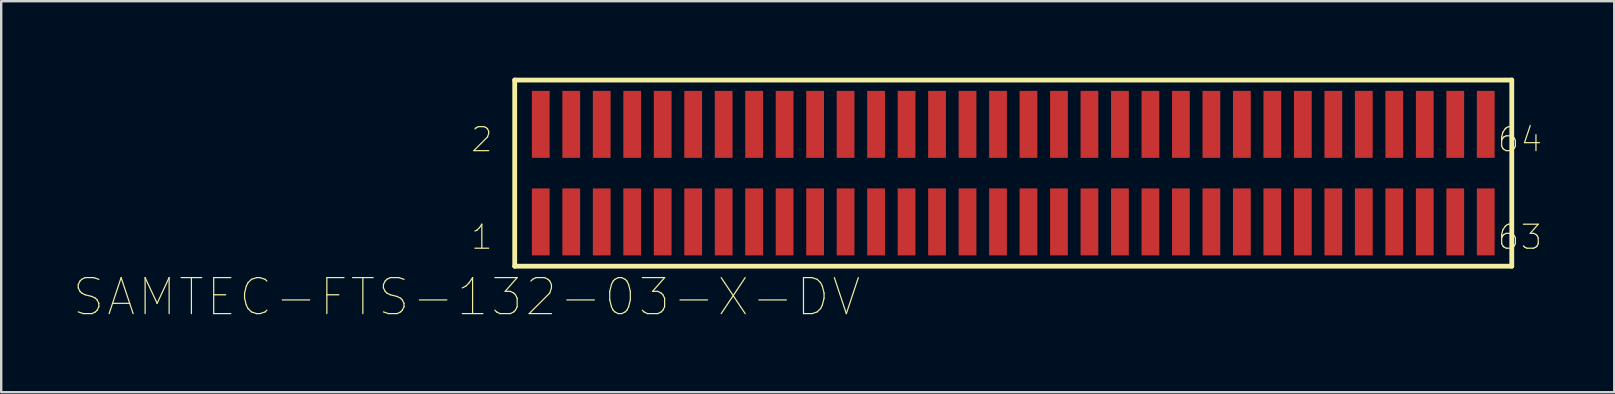
<source format=kicad_pcb>
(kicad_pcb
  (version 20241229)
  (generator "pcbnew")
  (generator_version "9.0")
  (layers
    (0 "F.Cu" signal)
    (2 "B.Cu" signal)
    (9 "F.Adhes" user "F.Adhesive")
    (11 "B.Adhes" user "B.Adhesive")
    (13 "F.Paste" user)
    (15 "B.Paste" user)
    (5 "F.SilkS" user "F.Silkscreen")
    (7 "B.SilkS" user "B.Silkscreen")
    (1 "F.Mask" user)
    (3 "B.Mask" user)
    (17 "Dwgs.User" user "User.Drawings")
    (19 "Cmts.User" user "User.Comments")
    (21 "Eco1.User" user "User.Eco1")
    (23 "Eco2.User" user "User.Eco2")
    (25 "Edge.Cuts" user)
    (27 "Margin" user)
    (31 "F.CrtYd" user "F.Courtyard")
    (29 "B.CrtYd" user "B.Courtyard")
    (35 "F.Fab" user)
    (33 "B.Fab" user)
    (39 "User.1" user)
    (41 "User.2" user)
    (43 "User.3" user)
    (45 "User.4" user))
  (footprint "SAMTEC-FTS-132-03-X-DV"
    (layer "F.Cu")
    (at 39.164 4.163)
    (property "Reference" "SAMTEC-FTS-132-03-X-DV" (at -22.775 5.162 0) (layer "F.SilkS") (effects (font (size 1.5 1.5) (thickness 0.05))))
    (attr smd)
    (fp_poly (pts (xy -20.106 -3.478) (xy -19.264 -3.478) (xy -19.264 -0.586) (xy -20.106 -0.586)) (stroke (width 0) (type solid)) (fill yes) (layer "F.Mask"))
    (fp_poly (pts (xy -20.106 0.586) (xy -19.264 0.586) (xy -19.264 3.478) (xy -20.106 3.478)) (stroke (width 0) (type solid)) (fill yes) (layer "F.Mask"))
    (fp_poly (pts (xy -18.836 -3.478) (xy -17.994 -3.478) (xy -17.994 -0.586) (xy -18.836 -0.586)) (stroke (width 0) (type solid)) (fill yes) (layer "F.Mask"))
    (fp_poly (pts (xy -18.836 0.586) (xy -17.994 0.586) (xy -17.994 3.478) (xy -18.836 3.478)) (stroke (width 0) (type solid)) (fill yes) (layer "F.Mask"))
    (fp_poly (pts (xy -17.566 -3.478) (xy -16.724 -3.478) (xy -16.724 -0.586) (xy -17.566 -0.586)) (stroke (width 0) (type solid)) (fill yes) (layer "F.Mask"))
    (fp_poly (pts (xy -17.566 0.586) (xy -16.724 0.586) (xy -16.724 3.478) (xy -17.566 3.478)) (stroke (width 0) (type solid)) (fill yes) (layer "F.Mask"))
    (fp_poly (pts (xy -16.296 -3.478) (xy -15.454 -3.478) (xy -15.454 -0.586) (xy -16.296 -0.586)) (stroke (width 0) (type solid)) (fill yes) (layer "F.Mask"))
    (fp_poly (pts (xy -16.296 0.586) (xy -15.454 0.586) (xy -15.454 3.478) (xy -16.296 3.478)) (stroke (width 0) (type solid)) (fill yes) (layer "F.Mask"))
    (fp_poly (pts (xy -15.026 -3.478) (xy -14.184 -3.478) (xy -14.184 -0.586) (xy -15.026 -0.586)) (stroke (width 0) (type solid)) (fill yes) (layer "F.Mask"))
    (fp_poly (pts (xy -15.026 0.586) (xy -14.184 0.586) (xy -14.184 3.478) (xy -15.026 3.478)) (stroke (width 0) (type solid)) (fill yes) (layer "F.Mask"))
    (fp_poly (pts (xy -13.756 -3.478) (xy -12.914 -3.478) (xy -12.914 -0.586) (xy -13.756 -0.586)) (stroke (width 0) (type solid)) (fill yes) (layer "F.Mask"))
    (fp_poly (pts (xy -13.756 0.586) (xy -12.914 0.586) (xy -12.914 3.478) (xy -13.756 3.478)) (stroke (width 0) (type solid)) (fill yes) (layer "F.Mask"))
    (fp_poly (pts (xy -12.486 -3.478) (xy -11.644 -3.478) (xy -11.644 -0.586) (xy -12.486 -0.586)) (stroke (width 0) (type solid)) (fill yes) (layer "F.Mask"))
    (fp_poly (pts (xy -12.486 0.586) (xy -11.644 0.586) (xy -11.644 3.478) (xy -12.486 3.478)) (stroke (width 0) (type solid)) (fill yes) (layer "F.Mask"))
    (fp_poly (pts (xy -11.216 -3.478) (xy -10.374 -3.478) (xy -10.374 -0.586) (xy -11.216 -0.586)) (stroke (width 0) (type solid)) (fill yes) (layer "F.Mask"))
    (fp_poly (pts (xy -11.216 0.586) (xy -10.374 0.586) (xy -10.374 3.478) (xy -11.216 3.478)) (stroke (width 0) (type solid)) (fill yes) (layer "F.Mask"))
    (fp_poly (pts (xy -9.946 -3.478) (xy -9.104 -3.478) (xy -9.104 -0.586) (xy -9.946 -0.586)) (stroke (width 0) (type solid)) (fill yes) (layer "F.Mask"))
    (fp_poly (pts (xy -9.946 0.586) (xy -9.104 0.586) (xy -9.104 3.478) (xy -9.946 3.478)) (stroke (width 0) (type solid)) (fill yes) (layer "F.Mask"))
    (fp_poly (pts (xy -8.676 -3.478) (xy -7.834 -3.478) (xy -7.834 -0.586) (xy -8.676 -0.586)) (stroke (width 0) (type solid)) (fill yes) (layer "F.Mask"))
    (fp_poly (pts (xy -8.676 0.586) (xy -7.834 0.586) (xy -7.834 3.478) (xy -8.676 3.478)) (stroke (width 0) (type solid)) (fill yes) (layer "F.Mask"))
    (fp_poly (pts (xy -7.406 -3.478) (xy -6.564 -3.478) (xy -6.564 -0.586) (xy -7.406 -0.586)) (stroke (width 0) (type solid)) (fill yes) (layer "F.Mask"))
    (fp_poly (pts (xy -7.406 0.586) (xy -6.564 0.586) (xy -6.564 3.478) (xy -7.406 3.478)) (stroke (width 0) (type solid)) (fill yes) (layer "F.Mask"))
    (fp_poly (pts (xy -6.136 -3.478) (xy -5.294 -3.478) (xy -5.294 -0.586) (xy -6.136 -0.586)) (stroke (width 0) (type solid)) (fill yes) (layer "F.Mask"))
    (fp_poly (pts (xy -6.136 0.586) (xy -5.294 0.586) (xy -5.294 3.478) (xy -6.136 3.478)) (stroke (width 0) (type solid)) (fill yes) (layer "F.Mask"))
    (fp_poly (pts (xy -4.866 -3.478) (xy -4.024 -3.478) (xy -4.024 -0.586) (xy -4.866 -0.586)) (stroke (width 0) (type solid)) (fill yes) (layer "F.Mask"))
    (fp_poly (pts (xy -4.866 0.586) (xy -4.024 0.586) (xy -4.024 3.478) (xy -4.866 3.478)) (stroke (width 0) (type solid)) (fill yes) (layer "F.Mask"))
    (fp_poly (pts (xy -3.596 -3.478) (xy -2.754 -3.478) (xy -2.754 -0.586) (xy -3.596 -0.586)) (stroke (width 0) (type solid)) (fill yes) (layer "F.Mask"))
    (fp_poly (pts (xy -3.596 0.586) (xy -2.754 0.586) (xy -2.754 3.478) (xy -3.596 3.478)) (stroke (width 0) (type solid)) (fill yes) (layer "F.Mask"))
    (fp_poly (pts (xy -2.326 -3.478) (xy -1.484 -3.478) (xy -1.484 -0.586) (xy -2.326 -0.586)) (stroke (width 0) (type solid)) (fill yes) (layer "F.Mask"))
    (fp_poly (pts (xy -2.326 0.586) (xy -1.484 0.586) (xy -1.484 3.478) (xy -2.326 3.478)) (stroke (width 0) (type solid)) (fill yes) (layer "F.Mask"))
    (fp_poly (pts (xy -1.056 -3.478) (xy -0.214 -3.478) (xy -0.214 -0.586) (xy -1.056 -0.586)) (stroke (width 0) (type solid)) (fill yes) (layer "F.Mask"))
    (fp_poly (pts (xy -1.056 0.586) (xy -0.214 0.586) (xy -0.214 3.478) (xy -1.056 3.478)) (stroke (width 0) (type solid)) (fill yes) (layer "F.Mask"))
    (fp_poly (pts (xy 0.214 -3.478) (xy 1.056 -3.478) (xy 1.056 -0.586) (xy 0.214 -0.586)) (stroke (width 0) (type solid)) (fill yes) (layer "F.Mask"))
    (fp_poly (pts (xy 0.214 0.586) (xy 1.056 0.586) (xy 1.056 3.478) (xy 0.214 3.478)) (stroke (width 0) (type solid)) (fill yes) (layer "F.Mask"))
    (fp_poly (pts (xy 1.484 -3.478) (xy 2.326 -3.478) (xy 2.326 -0.586) (xy 1.484 -0.586)) (stroke (width 0) (type solid)) (fill yes) (layer "F.Mask"))
    (fp_poly (pts (xy 1.484 0.586) (xy 2.326 0.586) (xy 2.326 3.478) (xy 1.484 3.478)) (stroke (width 0) (type solid)) (fill yes) (layer "F.Mask"))
    (fp_poly (pts (xy 2.754 -3.478) (xy 3.596 -3.478) (xy 3.596 -0.586) (xy 2.754 -0.586)) (stroke (width 0) (type solid)) (fill yes) (layer "F.Mask"))
    (fp_poly (pts (xy 2.754 0.586) (xy 3.596 0.586) (xy 3.596 3.478) (xy 2.754 3.478)) (stroke (width 0) (type solid)) (fill yes) (layer "F.Mask"))
    (fp_poly (pts (xy 4.024 -3.478) (xy 4.866 -3.478) (xy 4.866 -0.586) (xy 4.024 -0.586)) (stroke (width 0) (type solid)) (fill yes) (layer "F.Mask"))
    (fp_poly (pts (xy 4.024 0.586) (xy 4.866 0.586) (xy 4.866 3.478) (xy 4.024 3.478)) (stroke (width 0) (type solid)) (fill yes) (layer "F.Mask"))
    (fp_poly (pts (xy 5.294 -3.478) (xy 6.136 -3.478) (xy 6.136 -0.586) (xy 5.294 -0.586)) (stroke (width 0) (type solid)) (fill yes) (layer "F.Mask"))
    (fp_poly (pts (xy 5.294 0.586) (xy 6.136 0.586) (xy 6.136 3.478) (xy 5.294 3.478)) (stroke (width 0) (type solid)) (fill yes) (layer "F.Mask"))
    (fp_poly (pts (xy 6.564 -3.478) (xy 7.406 -3.478) (xy 7.406 -0.586) (xy 6.564 -0.586)) (stroke (width 0) (type solid)) (fill yes) (layer "F.Mask"))
    (fp_poly (pts (xy 6.564 0.586) (xy 7.406 0.586) (xy 7.406 3.478) (xy 6.564 3.478)) (stroke (width 0) (type solid)) (fill yes) (layer "F.Mask"))
    (fp_poly (pts (xy 7.834 -3.478) (xy 8.676 -3.478) (xy 8.676 -0.586) (xy 7.834 -0.586)) (stroke (width 0) (type solid)) (fill yes) (layer "F.Mask"))
    (fp_poly (pts (xy 7.834 0.586) (xy 8.676 0.586) (xy 8.676 3.478) (xy 7.834 3.478)) (stroke (width 0) (type solid)) (fill yes) (layer "F.Mask"))
    (fp_poly (pts (xy 9.104 -3.478) (xy 9.946 -3.478) (xy 9.946 -0.586) (xy 9.104 -0.586)) (stroke (width 0) (type solid)) (fill yes) (layer "F.Mask"))
    (fp_poly (pts (xy 9.104 0.586) (xy 9.946 0.586) (xy 9.946 3.478) (xy 9.104 3.478)) (stroke (width 0) (type solid)) (fill yes) (layer "F.Mask"))
    (fp_poly (pts (xy 10.374 -3.478) (xy 11.216 -3.478) (xy 11.216 -0.586) (xy 10.374 -0.586)) (stroke (width 0) (type solid)) (fill yes) (layer "F.Mask"))
    (fp_poly (pts (xy 10.374 0.586) (xy 11.216 0.586) (xy 11.216 3.478) (xy 10.374 3.478)) (stroke (width 0) (type solid)) (fill yes) (layer "F.Mask"))
    (fp_poly (pts (xy 11.644 -3.478) (xy 12.486 -3.478) (xy 12.486 -0.586) (xy 11.644 -0.586)) (stroke (width 0) (type solid)) (fill yes) (layer "F.Mask"))
    (fp_poly (pts (xy 11.644 0.586) (xy 12.486 0.586) (xy 12.486 3.478) (xy 11.644 3.478)) (stroke (width 0) (type solid)) (fill yes) (layer "F.Mask"))
    (fp_poly (pts (xy 12.914 -3.478) (xy 13.756 -3.478) (xy 13.756 -0.586) (xy 12.914 -0.586)) (stroke (width 0) (type solid)) (fill yes) (layer "F.Mask"))
    (fp_poly (pts (xy 12.914 0.586) (xy 13.756 0.586) (xy 13.756 3.478) (xy 12.914 3.478)) (stroke (width 0) (type solid)) (fill yes) (layer "F.Mask"))
    (fp_poly (pts (xy 14.184 -3.478) (xy 15.026 -3.478) (xy 15.026 -0.586) (xy 14.184 -0.586)) (stroke (width 0) (type solid)) (fill yes) (layer "F.Mask"))
    (fp_poly (pts (xy 14.184 0.586) (xy 15.026 0.586) (xy 15.026 3.478) (xy 14.184 3.478)) (stroke (width 0) (type solid)) (fill yes) (layer "F.Mask"))
    (fp_poly (pts (xy 15.454 -3.478) (xy 16.296 -3.478) (xy 16.296 -0.586) (xy 15.454 -0.586)) (stroke (width 0) (type solid)) (fill yes) (layer "F.Mask"))
    (fp_poly (pts (xy 15.454 0.586) (xy 16.296 0.586) (xy 16.296 3.478) (xy 15.454 3.478)) (stroke (width 0) (type solid)) (fill yes) (layer "F.Mask"))
    (fp_poly (pts (xy 16.724 -3.478) (xy 17.566 -3.478) (xy 17.566 -0.586) (xy 16.724 -0.586)) (stroke (width 0) (type solid)) (fill yes) (layer "F.Mask"))
    (fp_poly (pts (xy 16.724 0.586) (xy 17.566 0.586) (xy 17.566 3.478) (xy 16.724 3.478)) (stroke (width 0) (type solid)) (fill yes) (layer "F.Mask"))
    (fp_poly (pts (xy 17.994 -3.478) (xy 18.836 -3.478) (xy 18.836 -0.586) (xy 17.994 -0.586)) (stroke (width 0) (type solid)) (fill yes) (layer "F.Mask"))
    (fp_poly (pts (xy 17.994 0.586) (xy 18.836 0.586) (xy 18.836 3.478) (xy 17.994 3.478)) (stroke (width 0) (type solid)) (fill yes) (layer "F.Mask"))
    (fp_poly (pts (xy 19.264 -3.478) (xy 20.106 -3.478) (xy 20.106 -0.586) (xy 19.264 -0.586)) (stroke (width 0) (type solid)) (fill yes) (layer "F.Mask"))
    (fp_poly (pts (xy 19.264 0.586) (xy 20.106 0.586) (xy 20.106 3.478) (xy 19.264 3.478)) (stroke (width 0) (type solid)) (fill yes) (layer "F.Mask"))
    (fp_line (start -20.77 -3.878) (end -20.77 3.878) (stroke (width 0.2) (type solid)) (layer "F.SilkS"))
    (fp_line (start -20.77 3.878) (end 20.77 3.878) (stroke (width 0.2) (type solid)) (layer "F.SilkS"))
    (fp_line (start 20.77 -3.878) (end -20.77 -3.878) (stroke (width 0.2) (type solid)) (layer "F.SilkS"))
    (fp_line (start 20.77 3.878) (end 20.77 -3.878) (stroke (width 0.2) (type solid)) (layer "F.SilkS"))
    (fp_poly (pts (xy -20.055 -3.427) (xy -19.315 -3.427) (xy -19.315 -0.637) (xy -20.055 -0.637)) (stroke (width 0) (type solid)) (fill yes) (layer "F.Paste"))
    (fp_poly (pts (xy -20.055 0.637) (xy -19.315 0.637) (xy -19.315 3.427) (xy -20.055 3.427)) (stroke (width 0) (type solid)) (fill yes) (layer "F.Paste"))
    (fp_poly (pts (xy -18.785 -3.427) (xy -18.045 -3.427) (xy -18.045 -0.637) (xy -18.785 -0.637)) (stroke (width 0) (type solid)) (fill yes) (layer "F.Paste"))
    (fp_poly (pts (xy -18.785 0.637) (xy -18.045 0.637) (xy -18.045 3.427) (xy -18.785 3.427)) (stroke (width 0) (type solid)) (fill yes) (layer "F.Paste"))
    (fp_poly (pts (xy -17.515 -3.427) (xy -16.775 -3.427) (xy -16.775 -0.637) (xy -17.515 -0.637)) (stroke (width 0) (type solid)) (fill yes) (layer "F.Paste"))
    (fp_poly (pts (xy -17.515 0.637) (xy -16.775 0.637) (xy -16.775 3.427) (xy -17.515 3.427)) (stroke (width 0) (type solid)) (fill yes) (layer "F.Paste"))
    (fp_poly (pts (xy -16.245 -3.427) (xy -15.505 -3.427) (xy -15.505 -0.637) (xy -16.245 -0.637)) (stroke (width 0) (type solid)) (fill yes) (layer "F.Paste"))
    (fp_poly (pts (xy -16.245 0.637) (xy -15.505 0.637) (xy -15.505 3.427) (xy -16.245 3.427)) (stroke (width 0) (type solid)) (fill yes) (layer "F.Paste"))
    (fp_poly (pts (xy -14.975 -3.427) (xy -14.235 -3.427) (xy -14.235 -0.637) (xy -14.975 -0.637)) (stroke (width 0) (type solid)) (fill yes) (layer "F.Paste"))
    (fp_poly (pts (xy -14.975 0.637) (xy -14.235 0.637) (xy -14.235 3.427) (xy -14.975 3.427)) (stroke (width 0) (type solid)) (fill yes) (layer "F.Paste"))
    (fp_poly (pts (xy -13.705 -3.427) (xy -12.965 -3.427) (xy -12.965 -0.637) (xy -13.705 -0.637)) (stroke (width 0) (type solid)) (fill yes) (layer "F.Paste"))
    (fp_poly (pts (xy -13.705 0.637) (xy -12.965 0.637) (xy -12.965 3.427) (xy -13.705 3.427)) (stroke (width 0) (type solid)) (fill yes) (layer "F.Paste"))
    (fp_poly (pts (xy -12.435 -3.427) (xy -11.695 -3.427) (xy -11.695 -0.637) (xy -12.435 -0.637)) (stroke (width 0) (type solid)) (fill yes) (layer "F.Paste"))
    (fp_poly (pts (xy -12.435 0.637) (xy -11.695 0.637) (xy -11.695 3.427) (xy -12.435 3.427)) (stroke (width 0) (type solid)) (fill yes) (layer "F.Paste"))
    (fp_poly (pts (xy -11.165 -3.427) (xy -10.425 -3.427) (xy -10.425 -0.637) (xy -11.165 -0.637)) (stroke (width 0) (type solid)) (fill yes) (layer "F.Paste"))
    (fp_poly (pts (xy -11.165 0.637) (xy -10.425 0.637) (xy -10.425 3.427) (xy -11.165 3.427)) (stroke (width 0) (type solid)) (fill yes) (layer "F.Paste"))
    (fp_poly (pts (xy -9.895 -3.427) (xy -9.155 -3.427) (xy -9.155 -0.637) (xy -9.895 -0.637)) (stroke (width 0) (type solid)) (fill yes) (layer "F.Paste"))
    (fp_poly (pts (xy -9.895 0.637) (xy -9.155 0.637) (xy -9.155 3.427) (xy -9.895 3.427)) (stroke (width 0) (type solid)) (fill yes) (layer "F.Paste"))
    (fp_poly (pts (xy -8.625 -3.427) (xy -7.885 -3.427) (xy -7.885 -0.637) (xy -8.625 -0.637)) (stroke (width 0) (type solid)) (fill yes) (layer "F.Paste"))
    (fp_poly (pts (xy -8.625 0.637) (xy -7.885 0.637) (xy -7.885 3.427) (xy -8.625 3.427)) (stroke (width 0) (type solid)) (fill yes) (layer "F.Paste"))
    (fp_poly (pts (xy -7.355 -3.427) (xy -6.615 -3.427) (xy -6.615 -0.637) (xy -7.355 -0.637)) (stroke (width 0) (type solid)) (fill yes) (layer "F.Paste"))
    (fp_poly (pts (xy -7.355 0.637) (xy -6.615 0.637) (xy -6.615 3.427) (xy -7.355 3.427)) (stroke (width 0) (type solid)) (fill yes) (layer "F.Paste"))
    (fp_poly (pts (xy -6.085 -3.427) (xy -5.345 -3.427) (xy -5.345 -0.637) (xy -6.085 -0.637)) (stroke (width 0) (type solid)) (fill yes) (layer "F.Paste"))
    (fp_poly (pts (xy -6.085 0.637) (xy -5.345 0.637) (xy -5.345 3.427) (xy -6.085 3.427)) (stroke (width 0) (type solid)) (fill yes) (layer "F.Paste"))
    (fp_poly (pts (xy -4.815 -3.427) (xy -4.075 -3.427) (xy -4.075 -0.637) (xy -4.815 -0.637)) (stroke (width 0) (type solid)) (fill yes) (layer "F.Paste"))
    (fp_poly (pts (xy -4.815 0.637) (xy -4.075 0.637) (xy -4.075 3.427) (xy -4.815 3.427)) (stroke (width 0) (type solid)) (fill yes) (layer "F.Paste"))
    (fp_poly (pts (xy -3.545 -3.427) (xy -2.805 -3.427) (xy -2.805 -0.637) (xy -3.545 -0.637)) (stroke (width 0) (type solid)) (fill yes) (layer "F.Paste"))
    (fp_poly (pts (xy -3.545 0.637) (xy -2.805 0.637) (xy -2.805 3.427) (xy -3.545 3.427)) (stroke (width 0) (type solid)) (fill yes) (layer "F.Paste"))
    (fp_poly (pts (xy -2.275 -3.427) (xy -1.535 -3.427) (xy -1.535 -0.637) (xy -2.275 -0.637)) (stroke (width 0) (type solid)) (fill yes) (layer "F.Paste"))
    (fp_poly (pts (xy -2.275 0.637) (xy -1.535 0.637) (xy -1.535 3.427) (xy -2.275 3.427)) (stroke (width 0) (type solid)) (fill yes) (layer "F.Paste"))
    (fp_poly (pts (xy -1.005 -3.427) (xy -0.265 -3.427) (xy -0.265 -0.637) (xy -1.005 -0.637)) (stroke (width 0) (type solid)) (fill yes) (layer "F.Paste"))
    (fp_poly (pts (xy -1.005 0.637) (xy -0.265 0.637) (xy -0.265 3.427) (xy -1.005 3.427)) (stroke (width 0) (type solid)) (fill yes) (layer "F.Paste"))
    (fp_poly (pts (xy 0.265 -3.427) (xy 1.005 -3.427) (xy 1.005 -0.637) (xy 0.265 -0.637)) (stroke (width 0) (type solid)) (fill yes) (layer "F.Paste"))
    (fp_poly (pts (xy 0.265 0.637) (xy 1.005 0.637) (xy 1.005 3.427) (xy 0.265 3.427)) (stroke (width 0) (type solid)) (fill yes) (layer "F.Paste"))
    (fp_poly (pts (xy 1.535 -3.427) (xy 2.275 -3.427) (xy 2.275 -0.637) (xy 1.535 -0.637)) (stroke (width 0) (type solid)) (fill yes) (layer "F.Paste"))
    (fp_poly (pts (xy 1.535 0.637) (xy 2.275 0.637) (xy 2.275 3.427) (xy 1.535 3.427)) (stroke (width 0) (type solid)) (fill yes) (layer "F.Paste"))
    (fp_poly (pts (xy 2.805 -3.427) (xy 3.545 -3.427) (xy 3.545 -0.637) (xy 2.805 -0.637)) (stroke (width 0) (type solid)) (fill yes) (layer "F.Paste"))
    (fp_poly (pts (xy 2.805 0.637) (xy 3.545 0.637) (xy 3.545 3.427) (xy 2.805 3.427)) (stroke (width 0) (type solid)) (fill yes) (layer "F.Paste"))
    (fp_poly (pts (xy 4.075 -3.427) (xy 4.815 -3.427) (xy 4.815 -0.637) (xy 4.075 -0.637)) (stroke (width 0) (type solid)) (fill yes) (layer "F.Paste"))
    (fp_poly (pts (xy 4.075 0.637) (xy 4.815 0.637) (xy 4.815 3.427) (xy 4.075 3.427)) (stroke (width 0) (type solid)) (fill yes) (layer "F.Paste"))
    (fp_poly (pts (xy 5.345 -3.427) (xy 6.085 -3.427) (xy 6.085 -0.637) (xy 5.345 -0.637)) (stroke (width 0) (type solid)) (fill yes) (layer "F.Paste"))
    (fp_poly (pts (xy 5.345 0.637) (xy 6.085 0.637) (xy 6.085 3.427) (xy 5.345 3.427)) (stroke (width 0) (type solid)) (fill yes) (layer "F.Paste"))
    (fp_poly (pts (xy 6.615 -3.427) (xy 7.355 -3.427) (xy 7.355 -0.637) (xy 6.615 -0.637)) (stroke (width 0) (type solid)) (fill yes) (layer "F.Paste"))
    (fp_poly (pts (xy 6.615 0.637) (xy 7.355 0.637) (xy 7.355 3.427) (xy 6.615 3.427)) (stroke (width 0) (type solid)) (fill yes) (layer "F.Paste"))
    (fp_poly (pts (xy 7.885 -3.427) (xy 8.625 -3.427) (xy 8.625 -0.637) (xy 7.885 -0.637)) (stroke (width 0) (type solid)) (fill yes) (layer "F.Paste"))
    (fp_poly (pts (xy 7.885 0.637) (xy 8.625 0.637) (xy 8.625 3.427) (xy 7.885 3.427)) (stroke (width 0) (type solid)) (fill yes) (layer "F.Paste"))
    (fp_poly (pts (xy 9.155 -3.427) (xy 9.895 -3.427) (xy 9.895 -0.637) (xy 9.155 -0.637)) (stroke (width 0) (type solid)) (fill yes) (layer "F.Paste"))
    (fp_poly (pts (xy 9.155 0.637) (xy 9.895 0.637) (xy 9.895 3.427) (xy 9.155 3.427)) (stroke (width 0) (type solid)) (fill yes) (layer "F.Paste"))
    (fp_poly (pts (xy 10.425 -3.427) (xy 11.165 -3.427) (xy 11.165 -0.637) (xy 10.425 -0.637)) (stroke (width 0) (type solid)) (fill yes) (layer "F.Paste"))
    (fp_poly (pts (xy 10.425 0.637) (xy 11.165 0.637) (xy 11.165 3.427) (xy 10.425 3.427)) (stroke (width 0) (type solid)) (fill yes) (layer "F.Paste"))
    (fp_poly (pts (xy 11.695 -3.427) (xy 12.435 -3.427) (xy 12.435 -0.637) (xy 11.695 -0.637)) (stroke (width 0) (type solid)) (fill yes) (layer "F.Paste"))
    (fp_poly (pts (xy 11.695 0.637) (xy 12.435 0.637) (xy 12.435 3.427) (xy 11.695 3.427)) (stroke (width 0) (type solid)) (fill yes) (layer "F.Paste"))
    (fp_poly (pts (xy 12.965 -3.427) (xy 13.705 -3.427) (xy 13.705 -0.637) (xy 12.965 -0.637)) (stroke (width 0) (type solid)) (fill yes) (layer "F.Paste"))
    (fp_poly (pts (xy 12.965 0.637) (xy 13.705 0.637) (xy 13.705 3.427) (xy 12.965 3.427)) (stroke (width 0) (type solid)) (fill yes) (layer "F.Paste"))
    (fp_poly (pts (xy 14.235 -3.427) (xy 14.975 -3.427) (xy 14.975 -0.637) (xy 14.235 -0.637)) (stroke (width 0) (type solid)) (fill yes) (layer "F.Paste"))
    (fp_poly (pts (xy 14.235 0.637) (xy 14.975 0.637) (xy 14.975 3.427) (xy 14.235 3.427)) (stroke (width 0) (type solid)) (fill yes) (layer "F.Paste"))
    (fp_poly (pts (xy 15.505 -3.427) (xy 16.245 -3.427) (xy 16.245 -0.637) (xy 15.505 -0.637)) (stroke (width 0) (type solid)) (fill yes) (layer "F.Paste"))
    (fp_poly (pts (xy 15.505 0.637) (xy 16.245 0.637) (xy 16.245 3.427) (xy 15.505 3.427)) (stroke (width 0) (type solid)) (fill yes) (layer "F.Paste"))
    (fp_poly (pts (xy 16.775 -3.427) (xy 17.515 -3.427) (xy 17.515 -0.637) (xy 16.775 -0.637)) (stroke (width 0) (type solid)) (fill yes) (layer "F.Paste"))
    (fp_poly (pts (xy 16.775 0.637) (xy 17.515 0.637) (xy 17.515 3.427) (xy 16.775 3.427)) (stroke (width 0) (type solid)) (fill yes) (layer "F.Paste"))
    (fp_poly (pts (xy 18.045 -3.427) (xy 18.785 -3.427) (xy 18.785 -0.637) (xy 18.045 -0.637)) (stroke (width 0) (type solid)) (fill yes) (layer "F.Paste"))
    (fp_poly (pts (xy 18.045 0.637) (xy 18.785 0.637) (xy 18.785 3.427) (xy 18.045 3.427)) (stroke (width 0) (type solid)) (fill yes) (layer "F.Paste"))
    (fp_poly (pts (xy 19.315 -3.427) (xy 20.055 -3.427) (xy 20.055 -0.637) (xy 19.315 -0.637)) (stroke (width 0) (type solid)) (fill yes) (layer "F.Paste"))
    (fp_poly (pts (xy 19.315 0.637) (xy 20.055 0.637) (xy 20.055 3.427) (xy 19.315 3.427)) (stroke (width 0) (type solid)) (fill yes) (layer "F.Paste"))
    (fp_poly (pts (xy -21.005 4.113) (xy -21.005 -4.113) (xy 21.005 -4.113) (xy 21.005 4.113) (xy -21.005 4.113)) (stroke (width 0.1) (type solid)) (fill no) (layer "Eco1.User"))
    (fp_text user "63" (at 21.111 2.667 0) (layer "F.SilkS") (effects (font (size 1 1) (thickness 0.05))))
    (fp_text user "64" (at 21.111 -1.397 0) (layer "F.SilkS") (effects (font (size 1 1) (thickness 0.05))))
    (fp_text user "1" (at -22.14 2.667 0) (layer "F.SilkS") (effects (font (size 1 1) (thickness 0.05))))
    (fp_text user "2" (at -22.14 -1.397 0) (layer "F.SilkS") (effects (font (size 1 1) (thickness 0.05))))
    (pad "1" smd rect (at -19.685 2.032) (size 0.74 2.79) (layers "F.Cu" "F.Mask" "F.Paste"))
    (pad "2" smd rect (at -19.685 -2.032) (size 0.74 2.79) (layers "F.Cu" "F.Mask" "F.Paste"))
    (pad "3" smd rect (at -18.415 2.032) (size 0.74 2.79) (layers "F.Cu" "F.Mask" "F.Paste"))
    (pad "4" smd rect (at -18.415 -2.032) (size 0.74 2.79) (layers "F.Cu" "F.Mask" "F.Paste"))
    (pad "5" smd rect (at -17.145 2.032) (size 0.74 2.79) (layers "F.Cu" "F.Mask" "F.Paste"))
    (pad "6" smd rect (at -17.145 -2.032) (size 0.74 2.79) (layers "F.Cu" "F.Mask" "F.Paste"))
    (pad "7" smd rect (at -15.875 2.032) (size 0.74 2.79) (layers "F.Cu" "F.Mask" "F.Paste"))
    (pad "8" smd rect (at -15.875 -2.032) (size 0.74 2.79) (layers "F.Cu" "F.Mask" "F.Paste"))
    (pad "9" smd rect (at -14.605 2.032) (size 0.74 2.79) (layers "F.Cu" "F.Mask" "F.Paste"))
    (pad "10" smd rect (at -14.605 -2.032) (size 0.74 2.79) (layers "F.Cu" "F.Mask" "F.Paste"))
    (pad "11" smd rect (at -13.335 2.032) (size 0.74 2.79) (layers "F.Cu" "F.Mask" "F.Paste"))
    (pad "12" smd rect (at -13.335 -2.032) (size 0.74 2.79) (layers "F.Cu" "F.Mask" "F.Paste"))
    (pad "13" smd rect (at -12.065 2.032) (size 0.74 2.79) (layers "F.Cu" "F.Mask" "F.Paste"))
    (pad "14" smd rect (at -12.065 -2.032) (size 0.74 2.79) (layers "F.Cu" "F.Mask" "F.Paste"))
    (pad "15" smd rect (at -10.795 2.032) (size 0.74 2.79) (layers "F.Cu" "F.Mask" "F.Paste"))
    (pad "16" smd rect (at -10.795 -2.032) (size 0.74 2.79) (layers "F.Cu" "F.Mask" "F.Paste"))
    (pad "17" smd rect (at -9.525 2.032) (size 0.74 2.79) (layers "F.Cu" "F.Mask" "F.Paste"))
    (pad "18" smd rect (at -9.525 -2.032) (size 0.74 2.79) (layers "F.Cu" "F.Mask" "F.Paste"))
    (pad "19" smd rect (at -8.255 2.032) (size 0.74 2.79) (layers "F.Cu" "F.Mask" "F.Paste"))
    (pad "20" smd rect (at -8.255 -2.032) (size 0.74 2.79) (layers "F.Cu" "F.Mask" "F.Paste"))
    (pad "21" smd rect (at -6.985 2.032) (size 0.74 2.79) (layers "F.Cu" "F.Mask" "F.Paste"))
    (pad "22" smd rect (at -6.985 -2.032) (size 0.74 2.79) (layers "F.Cu" "F.Mask" "F.Paste"))
    (pad "23" smd rect (at -5.715 2.032) (size 0.74 2.79) (layers "F.Cu" "F.Mask" "F.Paste"))
    (pad "24" smd rect (at -5.715 -2.032) (size 0.74 2.79) (layers "F.Cu" "F.Mask" "F.Paste"))
    (pad "25" smd rect (at -4.445 2.032) (size 0.74 2.79) (layers "F.Cu" "F.Mask" "F.Paste"))
    (pad "26" smd rect (at -4.445 -2.032) (size 0.74 2.79) (layers "F.Cu" "F.Mask" "F.Paste"))
    (pad "27" smd rect (at -3.175 2.032) (size 0.74 2.79) (layers "F.Cu" "F.Mask" "F.Paste"))
    (pad "28" smd rect (at -3.175 -2.032) (size 0.74 2.79) (layers "F.Cu" "F.Mask" "F.Paste"))
    (pad "29" smd rect (at -1.905 2.032) (size 0.74 2.79) (layers "F.Cu" "F.Mask" "F.Paste"))
    (pad "30" smd rect (at -1.905 -2.032) (size 0.74 2.79) (layers "F.Cu" "F.Mask" "F.Paste"))
    (pad "31" smd rect (at -0.635 2.032) (size 0.74 2.79) (layers "F.Cu" "F.Mask" "F.Paste"))
    (pad "32" smd rect (at -0.635 -2.032) (size 0.74 2.79) (layers "F.Cu" "F.Mask" "F.Paste"))
    (pad "33" smd rect (at 0.635 2.032) (size 0.74 2.79) (layers "F.Cu" "F.Mask" "F.Paste"))
    (pad "34" smd rect (at 0.635 -2.032) (size 0.74 2.79) (layers "F.Cu" "F.Mask" "F.Paste"))
    (pad "35" smd rect (at 1.905 2.032) (size 0.74 2.79) (layers "F.Cu" "F.Mask" "F.Paste"))
    (pad "36" smd rect (at 1.905 -2.032) (size 0.74 2.79) (layers "F.Cu" "F.Mask" "F.Paste"))
    (pad "37" smd rect (at 3.175 2.032) (size 0.74 2.79) (layers "F.Cu" "F.Mask" "F.Paste"))
    (pad "38" smd rect (at 3.175 -2.032) (size 0.74 2.79) (layers "F.Cu" "F.Mask" "F.Paste"))
    (pad "39" smd rect (at 4.445 2.032) (size 0.74 2.79) (layers "F.Cu" "F.Mask" "F.Paste"))
    (pad "40" smd rect (at 4.445 -2.032) (size 0.74 2.79) (layers "F.Cu" "F.Mask" "F.Paste"))
    (pad "41" smd rect (at 5.715 2.032) (size 0.74 2.79) (layers "F.Cu" "F.Mask" "F.Paste"))
    (pad "42" smd rect (at 5.715 -2.032) (size 0.74 2.79) (layers "F.Cu" "F.Mask" "F.Paste"))
    (pad "43" smd rect (at 6.985 2.032) (size 0.74 2.79) (layers "F.Cu" "F.Mask" "F.Paste"))
    (pad "44" smd rect (at 6.985 -2.032) (size 0.74 2.79) (layers "F.Cu" "F.Mask" "F.Paste"))
    (pad "45" smd rect (at 8.255 2.032) (size 0.74 2.79) (layers "F.Cu" "F.Mask" "F.Paste"))
    (pad "46" smd rect (at 8.255 -2.032) (size 0.74 2.79) (layers "F.Cu" "F.Mask" "F.Paste"))
    (pad "47" smd rect (at 9.525 2.032) (size 0.74 2.79) (layers "F.Cu" "F.Mask" "F.Paste"))
    (pad "48" smd rect (at 9.525 -2.032) (size 0.74 2.79) (layers "F.Cu" "F.Mask" "F.Paste"))
    (pad "49" smd rect (at 10.795 2.032) (size 0.74 2.79) (layers "F.Cu" "F.Mask" "F.Paste"))
    (pad "50" smd rect (at 10.795 -2.032) (size 0.74 2.79) (layers "F.Cu" "F.Mask" "F.Paste"))
    (pad "51" smd rect (at 12.065 2.032) (size 0.74 2.79) (layers "F.Cu" "F.Mask" "F.Paste"))
    (pad "52" smd rect (at 12.065 -2.032) (size 0.74 2.79) (layers "F.Cu" "F.Mask" "F.Paste"))
    (pad "53" smd rect (at 13.335 2.032) (size 0.74 2.79) (layers "F.Cu" "F.Mask" "F.Paste"))
    (pad "54" smd rect (at 13.335 -2.032) (size 0.74 2.79) (layers "F.Cu" "F.Mask" "F.Paste"))
    (pad "55" smd rect (at 14.605 2.032) (size 0.74 2.79) (layers "F.Cu" "F.Mask" "F.Paste"))
    (pad "56" smd rect (at 14.605 -2.032) (size 0.74 2.79) (layers "F.Cu" "F.Mask" "F.Paste"))
    (pad "57" smd rect (at 15.875 2.032) (size 0.74 2.79) (layers "F.Cu" "F.Mask" "F.Paste"))
    (pad "58" smd rect (at 15.875 -2.032) (size 0.74 2.79) (layers "F.Cu" "F.Mask" "F.Paste"))
    (pad "59" smd rect (at 17.145 2.032) (size 0.74 2.79) (layers "F.Cu" "F.Mask" "F.Paste"))
    (pad "60" smd rect (at 17.145 -2.032) (size 0.74 2.79) (layers "F.Cu" "F.Mask" "F.Paste"))
    (pad "61" smd rect (at 18.415 2.032) (size 0.74 2.79) (layers "F.Cu" "F.Mask" "F.Paste"))
    (pad "62" smd rect (at 18.415 -2.032) (size 0.74 2.79) (layers "F.Cu" "F.Mask" "F.Paste"))
    (pad "63" smd rect (at 19.685 2.032) (size 0.74 2.79) (layers "F.Cu" "F.Mask" "F.Paste"))
    (pad "64" smd rect (at 19.685 -2.032) (size 0.74 2.79) (layers "F.Cu" "F.Mask" "F.Paste")))
  (gr_rect
    (start -3 -3)
    (end 64.203 13.29)
    (stroke (width 0.1) (type default))
    (fill no)
    (layer "Edge.Cuts")))
</source>
